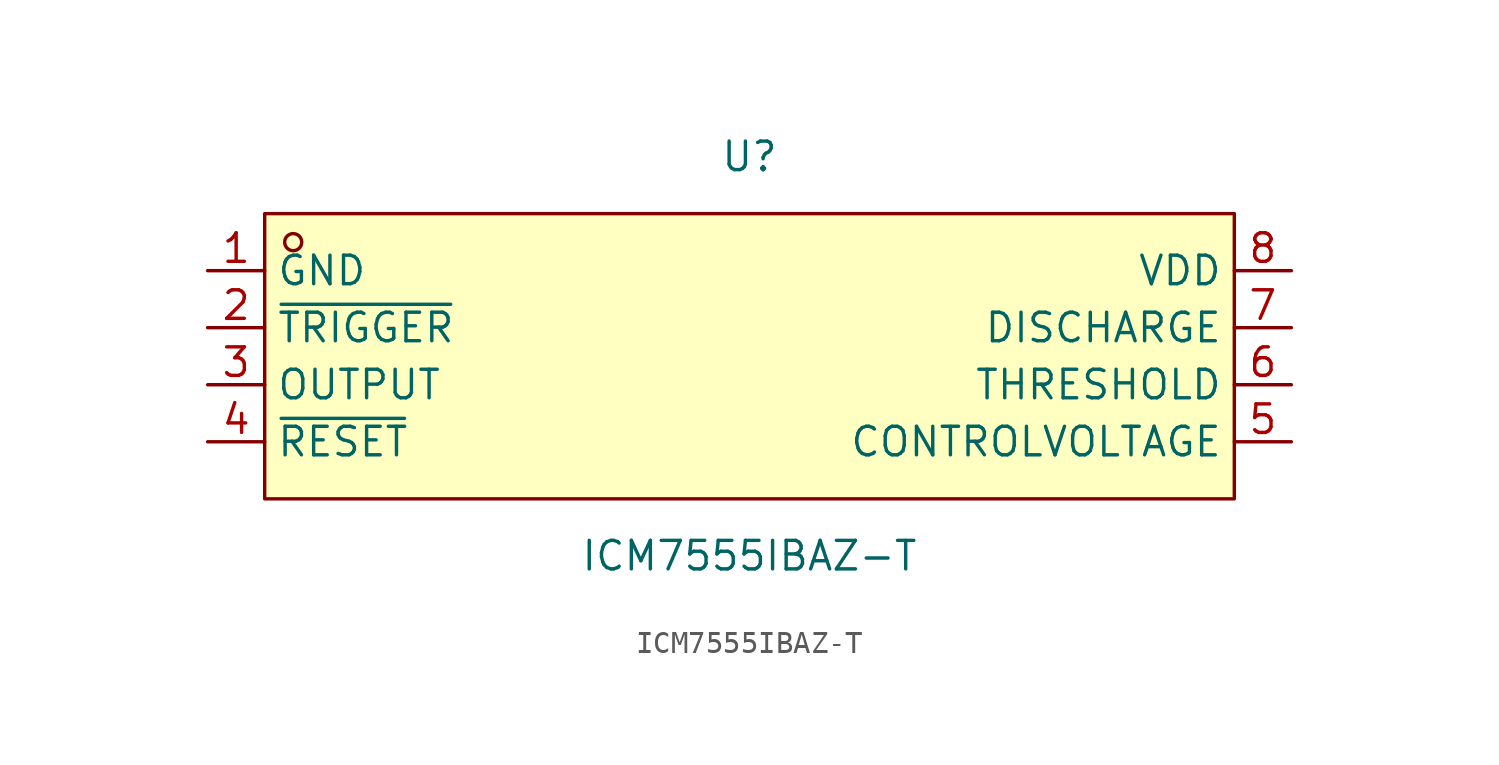
<source format=kicad_sym>
(kicad_symbol_lib
  (version 20211014)
  (generator https://github.com/uPesy/easyeda2kicad.py)
  (symbol "ICM7555IBAZ-T"
    (property "Reference" "U"
      (at 0 8.89 0)
      (effects (font (size 1.27 1.27))))
    (property "Value" "ICM7555IBAZ-T"
      (at 0 -8.89 0)
      (effects (font (size 1.27 1.27))))
    (symbol "ICM7555IBAZ-T_0_1"
      (rectangle (start -21.59 6.35) (end 21.59 -6.35) (stroke (width 0) (type default) (color 0 0 0 0)) (fill (type background)))
      (circle (center -20.32 5.08) (radius 0.38) (stroke (width 0) (type default) (color 0 0 0 0)) (fill (type none)))
      (pin unspecified line (at -24.13 3.81 0) (length 2.54) (name "GND" (effects (font (size 1.27 1.27)))) (number "1" (effects (font (size 1.27 1.27)))))
      (pin unspecified line (at -24.13 1.27 0) (length 2.54) (name "~{TRIGGER}" (effects (font (size 1.27 1.27)))) (number "2" (effects (font (size 1.27 1.27)))))
      (pin unspecified line (at -24.13 -1.27 0) (length 2.54) (name "OUTPUT" (effects (font (size 1.27 1.27)))) (number "3" (effects (font (size 1.27 1.27)))))
      (pin unspecified line (at -24.13 -3.81 0) (length 2.54) (name "~{RESET}" (effects (font (size 1.27 1.27)))) (number "4" (effects (font (size 1.27 1.27)))))
      (pin unspecified line (at 24.13 -3.81 180) (length 2.54) (name "CONTROLVOLTAGE" (effects (font (size 1.27 1.27)))) (number "5" (effects (font (size 1.27 1.27)))))
      (pin unspecified line (at 24.13 -1.27 180) (length 2.54) (name "THRESHOLD" (effects (font (size 1.27 1.27)))) (number "6" (effects (font (size 1.27 1.27)))))
      (pin unspecified line (at 24.13 1.27 180) (length 2.54) (name "DISCHARGE" (effects (font (size 1.27 1.27)))) (number "7" (effects (font (size 1.27 1.27)))))
      (pin unspecified line (at 24.13 3.81 180) (length 2.54) (name "VDD" (effects (font (size 1.27 1.27)))) (number "8" (effects (font (size 1.27 1.27))))))))
</source>
